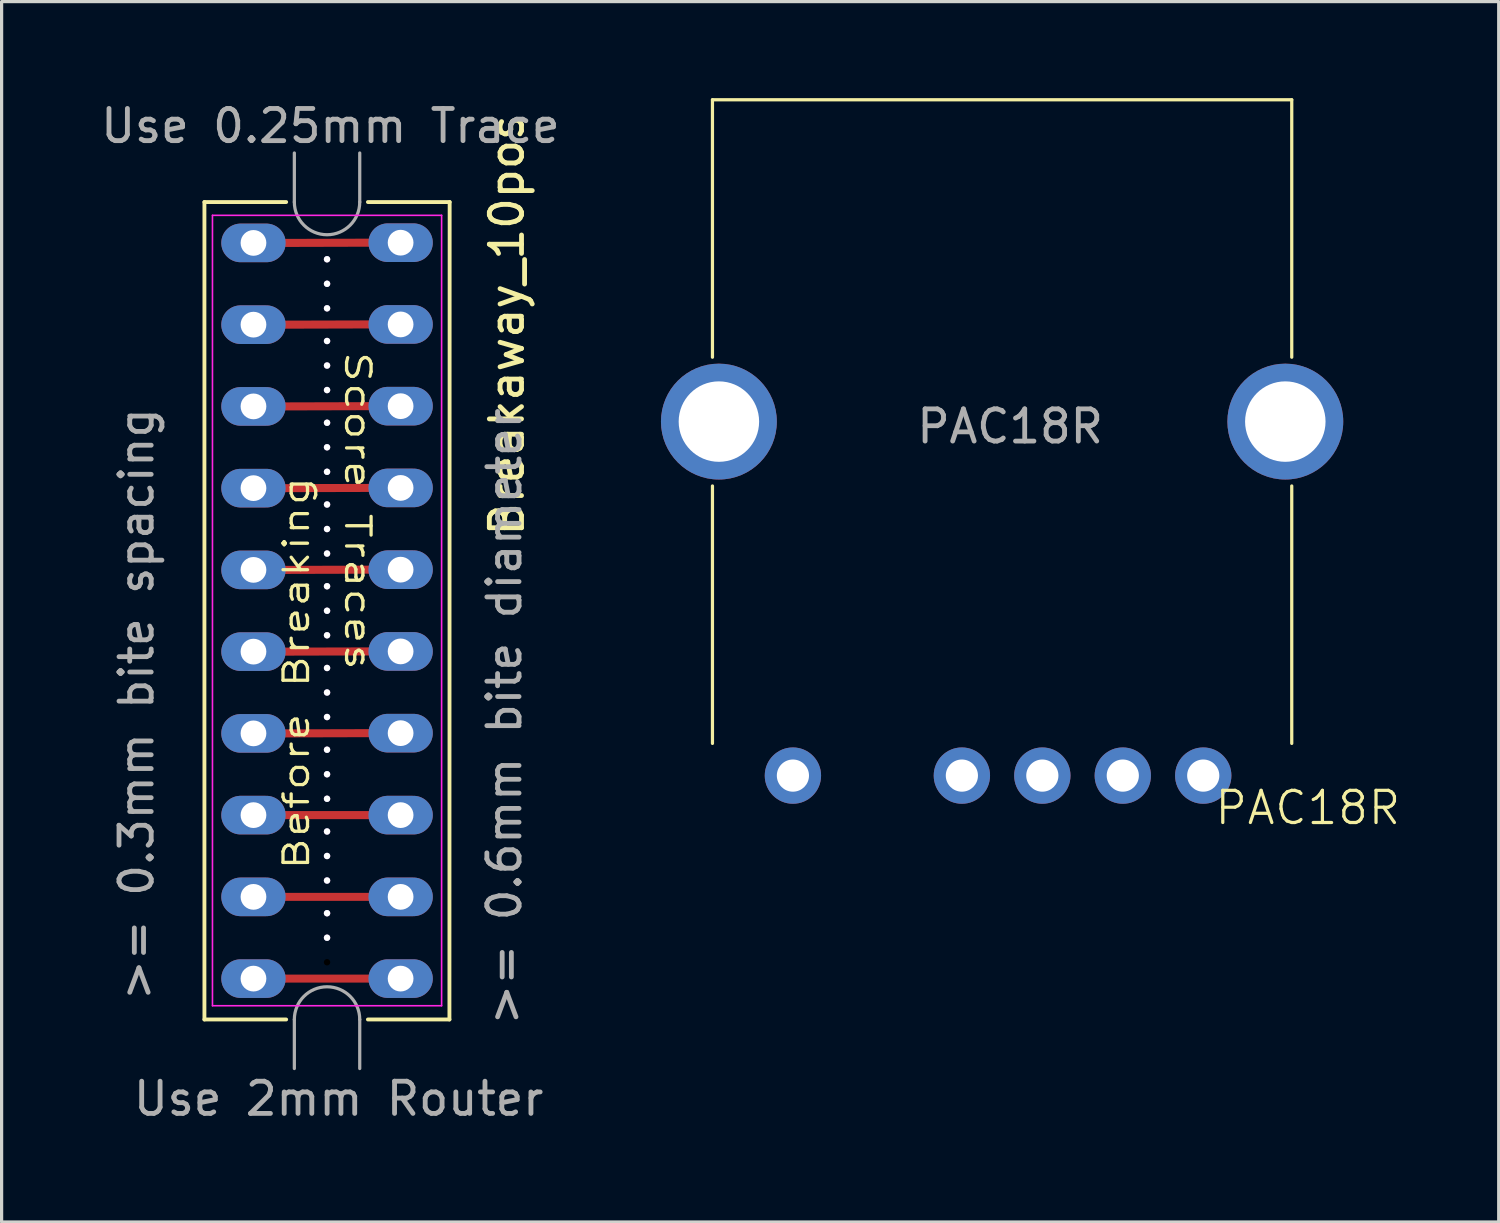
<source format=kicad_pcb>
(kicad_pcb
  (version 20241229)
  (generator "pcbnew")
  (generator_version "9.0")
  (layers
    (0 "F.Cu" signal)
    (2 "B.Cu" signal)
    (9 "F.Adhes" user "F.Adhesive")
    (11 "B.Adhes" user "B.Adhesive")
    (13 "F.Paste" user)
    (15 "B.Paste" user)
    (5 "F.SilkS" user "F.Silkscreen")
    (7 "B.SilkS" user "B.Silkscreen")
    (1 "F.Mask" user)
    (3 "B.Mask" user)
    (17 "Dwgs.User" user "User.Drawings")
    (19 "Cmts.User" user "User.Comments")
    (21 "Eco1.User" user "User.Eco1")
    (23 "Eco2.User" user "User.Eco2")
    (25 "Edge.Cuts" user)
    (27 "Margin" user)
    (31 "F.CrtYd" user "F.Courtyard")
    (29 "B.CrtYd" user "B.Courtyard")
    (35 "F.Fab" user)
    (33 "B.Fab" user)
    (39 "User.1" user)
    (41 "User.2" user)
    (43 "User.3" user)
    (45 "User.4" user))
  (footprint "PAC18R"
    (layer "F.Cu")
    (at 28.088 21.05)
    (property "Reference" "PAC18R" (at 9.5 1 0) (unlocked yes) (layer "F.SilkS") (effects (font (size 1 1) (thickness 0.1))))
    (attr smd)
    (fp_line (start -9 -21) (end -9 -13) (stroke (width 0.1) (type default)) (layer "F.SilkS"))
    (fp_line (start -9 -21) (end 9 -21) (stroke (width 0.1) (type default)) (layer "F.SilkS"))
    (fp_line (start -9 -1) (end -9 -9) (stroke (width 0.1) (type default)) (layer "F.SilkS"))
    (fp_line (start 9 -21) (end 9 -13) (stroke (width 0.1) (type default)) (layer "F.SilkS"))
    (fp_line (start 9 -9) (end 9 -1) (stroke (width 0.1) (type default)) (layer "F.SilkS"))
    (fp_text user "${REFERENCE}" (at 0.25 -10.85 0) (unlocked yes) (layer "F.Fab") (effects (font (size 1 1) (thickness 0.15))))
    (pad "1" thru_hole circle (at 6.25 0) (size 1.75 1.75) (drill 1) (layers "*.Cu" "*.Mask"))
    (pad "2" thru_hole circle (at -6.5 0) (size 1.75 1.75) (drill 1) (layers "*.Cu" "*.Mask"))
    (pad "3" thru_hole circle (at 3.75 0) (size 1.75 1.75) (drill 1) (layers "*.Cu" "*.Mask"))
    (pad "4" thru_hole circle (at -1.25 0) (size 1.75 1.75) (drill 1) (layers "*.Cu" "*.Mask"))
    (pad "5" thru_hole circle (at 1.25 0) (size 1.75 1.75) (drill 1) (layers "*.Cu" "*.Mask"))
    (pad "6" thru_hole circle (at -8.8 -11) (size 3.6 3.6) (drill 2.5) (layers "*.Cu" "*.Mask"))
    (pad "6" thru_hole circle (at 8.8 -11) (size 3.6 3.6) (drill 2.5) (layers "*.Cu" "*.Mask")))
  (footprint "Breakaway_10pos"
    (layer "F.Cu")
    (at 4.826 4.498)
    (property "Reference" "Breakaway_10pos" (at 7.874 2.54 90) (layer "F.SilkS") (effects (font (size 1 1) (thickness 0.15))))
    (attr through_hole)
    (fp_line (start 1 0) (end 3.572 -0.007) (stroke (width 0.25) (type default)) (layer "F.Cu"))
    (fp_line (start 1 2.54) (end 3.572 2.533) (stroke (width 0.25) (type default)) (layer "F.Cu"))
    (fp_line (start 1 5.08) (end 3.572 5.073) (stroke (width 0.25) (type default)) (layer "F.Cu"))
    (fp_line (start 1 7.62) (end 3.572 7.613) (stroke (width 0.25) (type default)) (layer "F.Cu"))
    (fp_line (start 1 10.16) (end 3.572 10.153) (stroke (width 0.25) (type default)) (layer "F.Cu"))
    (fp_line (start 1 12.7) (end 3.572 12.693) (stroke (width 0.25) (type default)) (layer "F.Cu"))
    (fp_line (start 1 15.24) (end 3.572 15.233) (stroke (width 0.25) (type default)) (layer "F.Cu"))
    (fp_line (start 1 17.78) (end 3.572 17.78) (stroke (width 0.25) (type default)) (layer "F.Cu"))
    (fp_line (start 1 20.32) (end 3.572 20.32) (stroke (width 0.25) (type default)) (layer "F.Cu"))
    (fp_line (start 1 22.86) (end 3.572 22.86) (stroke (width 0.25) (type default)) (layer "F.Cu"))
    (fp_line (start -1.524 24.13) (end 1.016 24.13) (stroke (width 0.12) (type default)) (layer "F.SilkS"))
    (fp_line (start -1.524 -1.27) (end -1.524 24.13) (stroke (width 0.12) (type default)) (layer "F.SilkS"))
    (fp_line (start 1.016 -1.27) (end -1.524 -1.27) (stroke (width 0.12) (type default)) (layer "F.SilkS"))
    (fp_line (start 3.556 24.13) (end 6.089 24.13) (stroke (width 0.12) (type default)) (layer "F.SilkS"))
    (fp_line (start 6.089 24.13) (end 6.096 -1.27) (stroke (width 0.12) (type default)) (layer "F.SilkS"))
    (fp_line (start 6.096 -1.27) (end 3.556 -1.27) (stroke (width 0.12) (type default)) (layer "F.SilkS"))
    (fp_line (start -1.274 -0.857) (end 5.846 -0.857) (stroke (width 0.05) (type default)) (layer "F.CrtYd"))
    (fp_line (start -1.274 23.703) (end -1.274 -0.857) (stroke (width 0.05) (type default)) (layer "F.CrtYd"))
    (fp_line (start 5.846 -0.857) (end 5.846 23.703) (stroke (width 0.05) (type default)) (layer "F.CrtYd"))
    (fp_line (start 5.846 23.703) (end -1.274 23.703) (stroke (width 0.05) (type default)) (layer "F.CrtYd"))
    (fp_line (start 1.27 -1.27) (end 1.27 -2.794) (stroke (width 0.1) (type default)) (layer "F.Fab"))
    (fp_line (start 1.27 24.13) (end 1.27 25.654) (stroke (width 0.1) (type default)) (layer "F.Fab"))
    (fp_line (start 3.302 -1.27) (end 3.302 -2.794) (stroke (width 0.1) (type default)) (layer "F.Fab"))
    (fp_line (start 3.302 24.13) (end 3.302 25.654) (stroke (width 0.1) (type default)) (layer "F.Fab"))
    (fp_arc (start 1.27 24.13) (mid 2.286 23.114) (end 3.302 24.13) (stroke (width 0.1) (type default)) (layer "F.Fab"))
    (fp_arc (start 3.302 -1.27) (mid 2.286 -0.254) (end 1.27 -1.27) (stroke (width 0.1) (type default)) (layer "F.Fab"))
    (fp_text user "Score Traces" (at 2.794 3.302 270) (unlocked yes) (layer "F.SilkS") (effects (font (size 0.762 1.016) (thickness 0.102)) (justify left bottom)))
    (fp_text user "Before Breaking" (at 1.778 19.558 90) (unlocked yes) (layer "F.SilkS") (effects (font (size 0.762 1.016) (thickness 0.102)) (justify left bottom)))
    (fp_text user "Use 0.25mm Trace" (at -4.826 -3.048 0) (unlocked yes) (layer "F.Fab") (effects (font (size 1 1) (thickness 0.15)) (justify left bottom)))
    (fp_text user "Use 2mm Router" (at -3.81 27.178 0) (unlocked yes) (layer "F.Fab") (effects (font (size 1 1) (thickness 0.15)) (justify left bottom)))
    (fp_text user ">= 0.6mm bite diameter" (at 8.382 24.384 90) (unlocked yes) (layer "F.Fab") (effects (font (size 1 1) (thickness 0.15)) (justify left bottom)))
    (fp_text user ">= 0.3mm bite spacing" (at -3.048 23.622 90) (unlocked yes) (layer "F.Fab") (effects (font (size 1 1) (thickness 0.15)) (justify left bottom)))
    (pad "" np_thru_hole custom (at 2.286 0.508) (size 0.2 0.2) (drill 0.508) (layers "*.Cu" "*.Mask") (options (anchor circle)) (primitives))
    (pad "" np_thru_hole custom (at 2.286 1.27) (size 0.2 0.2) (drill 0.508) (layers "*.Cu" "*.Mask") (options (anchor circle)) (primitives))
    (pad "" np_thru_hole custom (at 2.286 2.032) (size 0.2 0.2) (drill 0.508) (layers "*.Cu" "*.Mask") (options (anchor circle)) (primitives))
    (pad "" np_thru_hole custom (at 2.286 3.048) (size 0.2 0.2) (drill 0.508) (layers "*.Cu" "*.Mask") (options (anchor circle)) (primitives))
    (pad "" np_thru_hole custom (at 2.286 3.81) (size 0.2 0.2) (drill 0.508) (layers "*.Cu" "*.Mask") (options (anchor circle)) (primitives))
    (pad "" np_thru_hole custom (at 2.286 4.572) (size 0.2 0.2) (drill 0.508) (layers "*.Cu" "*.Mask") (options (anchor circle)) (primitives))
    (pad "" np_thru_hole custom (at 2.286 5.588) (size 0.2 0.2) (drill 0.508) (layers "*.Cu" "*.Mask") (options (anchor circle)) (primitives))
    (pad "" np_thru_hole custom (at 2.286 6.35) (size 0.2 0.2) (drill 0.508) (layers "*.Cu" "*.Mask") (options (anchor circle)) (primitives))
    (pad "" np_thru_hole custom (at 2.286 7.112) (size 0.2 0.2) (drill 0.508) (layers "*.Cu" "*.Mask") (options (anchor circle)) (primitives))
    (pad "" np_thru_hole custom (at 2.286 8.128) (size 0.2 0.2) (drill 0.508) (layers "*.Cu" "*.Mask") (options (anchor circle)) (primitives))
    (pad "" np_thru_hole custom (at 2.286 8.89) (size 0.2 0.2) (drill 0.508) (layers "*.Cu" "*.Mask") (options (anchor circle)) (primitives))
    (pad "" np_thru_hole custom (at 2.286 9.652) (size 0.2 0.2) (drill 0.508) (layers "*.Cu" "*.Mask") (options (anchor circle)) (primitives))
    (pad "" np_thru_hole custom (at 2.286 10.668) (size 0.2 0.2) (drill 0.508) (layers "*.Cu" "*.Mask") (options (anchor circle)) (primitives))
    (pad "" np_thru_hole custom (at 2.286 11.43) (size 0.2 0.2) (drill 0.508) (layers "*.Cu" "*.Mask") (options (anchor circle)) (primitives))
    (pad "" np_thru_hole custom (at 2.286 12.192) (size 0.2 0.2) (drill 0.508) (layers "*.Cu" "*.Mask") (options (anchor circle)) (primitives))
    (pad "" np_thru_hole custom (at 2.286 13.208) (size 0.2 0.2) (drill 0.508) (layers "*.Cu" "*.Mask") (options (anchor circle)) (primitives))
    (pad "" np_thru_hole custom (at 2.286 13.97) (size 0.2 0.2) (drill 0.508) (layers "*.Cu" "*.Mask") (options (anchor circle)) (primitives))
    (pad "" np_thru_hole custom (at 2.286 14.732) (size 0.2 0.2) (drill 0.508) (layers "*.Cu" "*.Mask") (options (anchor circle)) (primitives))
    (pad "" np_thru_hole custom (at 2.286 15.748) (size 0.2 0.2) (drill 0.508) (layers "*.Cu" "*.Mask") (options (anchor circle)) (primitives))
    (pad "" np_thru_hole custom (at 2.286 16.51) (size 0.2 0.2) (drill 0.508) (layers "*.Cu" "*.Mask") (options (anchor circle)) (primitives))
    (pad "" np_thru_hole custom (at 2.286 17.272) (size 0.2 0.2) (drill 0.508) (layers "*.Cu" "*.Mask") (options (anchor circle)) (primitives))
    (pad "" np_thru_hole custom (at 2.286 18.288) (size 0.2 0.2) (drill 0.508) (layers "*.Cu" "*.Mask") (options (anchor circle)) (primitives))
    (pad "" np_thru_hole custom (at 2.286 19.05) (size 0.2 0.2) (drill 0.508) (layers "*.Cu" "*.Mask") (options (anchor circle)) (primitives))
    (pad "" np_thru_hole custom (at 2.286 19.812) (size 0.2 0.2) (drill 0.508) (layers "*.Cu" "*.Mask") (options (anchor circle)) (primitives))
    (pad "" np_thru_hole custom (at 2.286 20.828) (size 0.2 0.2) (drill 0.508) (layers "*.Cu" "*.Mask") (options (anchor circle)) (primitives))
    (pad "" np_thru_hole custom (at 2.286 21.59) (size 0.2 0.2) (drill 0.508) (layers "*.Cu" "*.Mask") (options (anchor circle)) (primitives))
    (pad "" np_thru_hole custom (at 2.286 22.352) (size 0.2 0.2) (drill 0.508) (layers "*.Mask") (options (anchor circle)) (primitives))
    (pad "1" thru_hole oval (at 0 0 270) (size 1.2 2) (drill 0.8) (layers "*.Cu" "*.Mask"))
    (pad "1" thru_hole oval (at 4.572 -0.007 270) (size 1.2 2) (drill 0.8) (layers "*.Cu" "*.Mask"))
    (pad "2" thru_hole oval (at 0 2.54 270) (size 1.2 2) (drill 0.8) (layers "*.Cu" "*.Mask"))
    (pad "2" thru_hole oval (at 4.572 2.533 270) (size 1.2 2) (drill 0.8) (layers "*.Cu" "*.Mask"))
    (pad "3" thru_hole oval (at 0 5.08 270) (size 1.2 2) (drill 0.8) (layers "*.Cu" "*.Mask"))
    (pad "3" thru_hole oval (at 4.572 5.073 270) (size 1.2 2) (drill 0.8) (layers "*.Cu" "*.Mask"))
    (pad "4" thru_hole oval (at 0 7.62 270) (size 1.2 2) (drill 0.8) (layers "*.Cu" "*.Mask"))
    (pad "4" thru_hole oval (at 4.572 7.613 270) (size 1.2 2) (drill 0.8) (layers "*.Cu" "*.Mask"))
    (pad "5" thru_hole oval (at 0 10.16 270) (size 1.2 2) (drill 0.8) (layers "*.Cu" "*.Mask"))
    (pad "5" thru_hole oval (at 4.572 10.153 270) (size 1.2 2) (drill 0.8) (layers "*.Cu" "*.Mask"))
    (pad "6" thru_hole oval (at 0 12.7 270) (size 1.2 2) (drill 0.8) (layers "*.Cu" "*.Mask"))
    (pad "6" thru_hole oval (at 4.572 12.693 270) (size 1.2 2) (drill 0.8) (layers "*.Cu" "*.Mask"))
    (pad "7" thru_hole oval (at 0 15.24 270) (size 1.2 2) (drill 0.8) (layers "*.Cu" "*.Mask"))
    (pad "7" thru_hole oval (at 4.572 15.233 270) (size 1.2 2) (drill 0.8) (layers "*.Cu" "*.Mask"))
    (pad "8" thru_hole oval (at 0 17.78 270) (size 1.2 2) (drill 0.8) (layers "*.Cu" "*.Mask"))
    (pad "8" thru_hole oval (at 4.572 17.78 270) (size 1.2 2) (drill 0.8) (layers "*.Cu" "*.Mask"))
    (pad "9" thru_hole oval (at 0 20.32 270) (size 1.2 2) (drill 0.8) (layers "*.Cu" "*.Mask"))
    (pad "9" thru_hole oval (at 4.572 20.32 270) (size 1.2 2) (drill 0.8) (layers "*.Cu" "*.Mask"))
    (pad "10" thru_hole oval (at 0 22.86 270) (size 1.2 2) (drill 0.8) (layers "*.Cu" "*.Mask"))
    (pad "10" thru_hole oval (at 4.572 22.86 270) (size 1.2 2) (drill 0.8) (layers "*.Cu" "*.Mask")))
  (gr_rect
    (start -3 -3)
    (end 43.519 34.922)
    (stroke (width 0.1) (type default))
    (fill no)
    (layer "Edge.Cuts")))
</source>
